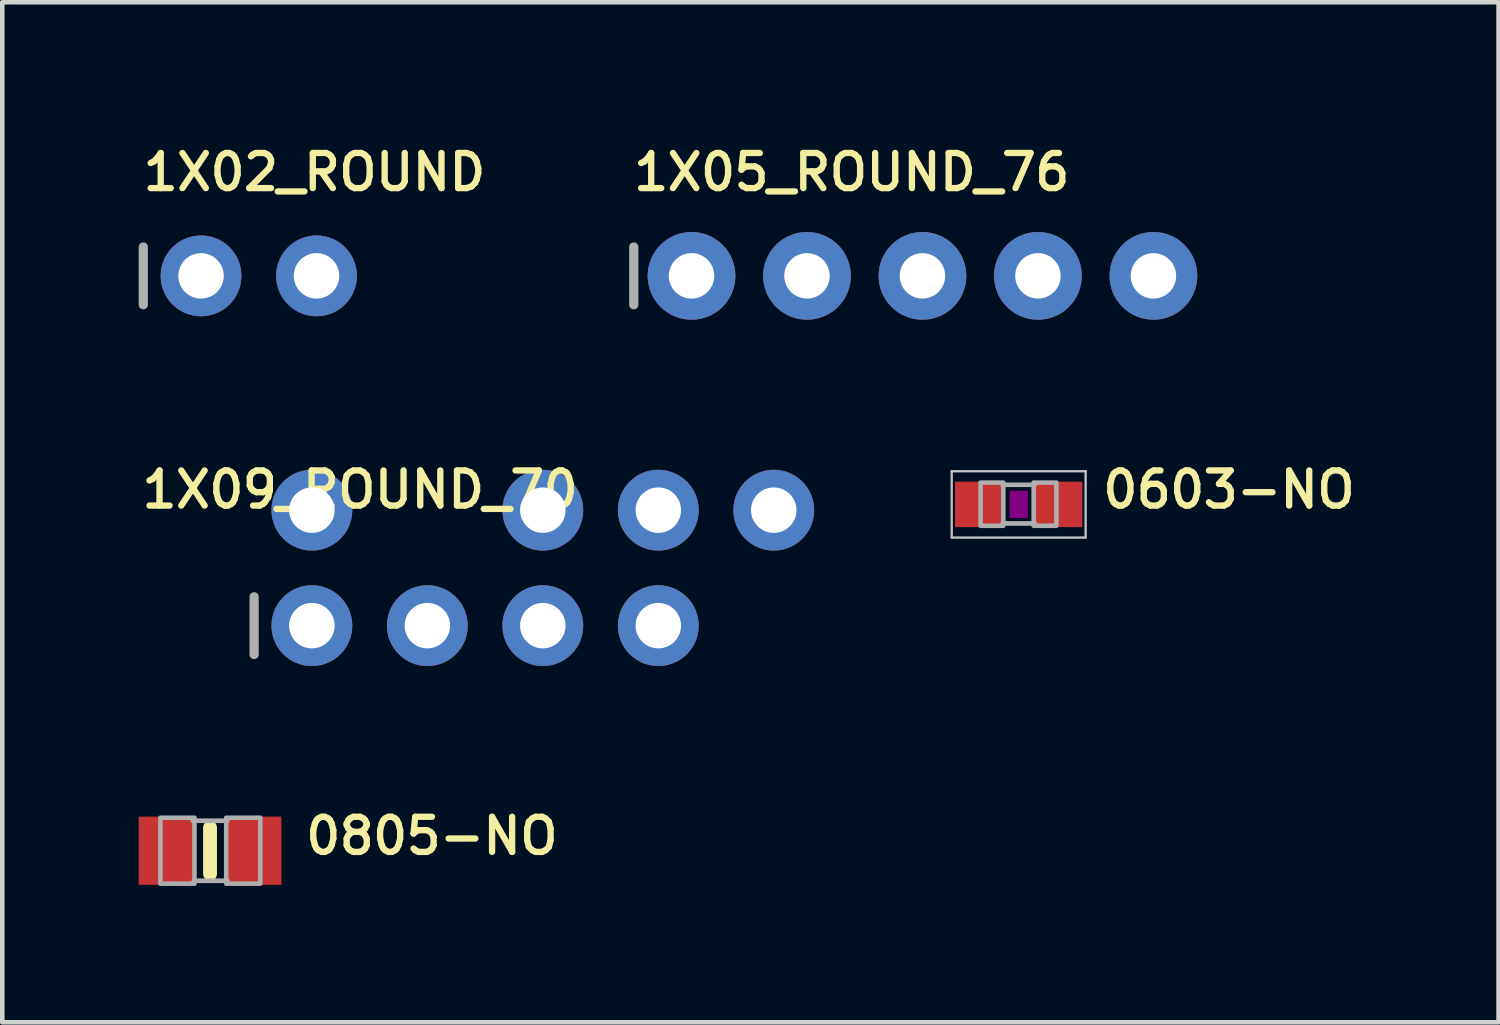
<source format=kicad_pcb>
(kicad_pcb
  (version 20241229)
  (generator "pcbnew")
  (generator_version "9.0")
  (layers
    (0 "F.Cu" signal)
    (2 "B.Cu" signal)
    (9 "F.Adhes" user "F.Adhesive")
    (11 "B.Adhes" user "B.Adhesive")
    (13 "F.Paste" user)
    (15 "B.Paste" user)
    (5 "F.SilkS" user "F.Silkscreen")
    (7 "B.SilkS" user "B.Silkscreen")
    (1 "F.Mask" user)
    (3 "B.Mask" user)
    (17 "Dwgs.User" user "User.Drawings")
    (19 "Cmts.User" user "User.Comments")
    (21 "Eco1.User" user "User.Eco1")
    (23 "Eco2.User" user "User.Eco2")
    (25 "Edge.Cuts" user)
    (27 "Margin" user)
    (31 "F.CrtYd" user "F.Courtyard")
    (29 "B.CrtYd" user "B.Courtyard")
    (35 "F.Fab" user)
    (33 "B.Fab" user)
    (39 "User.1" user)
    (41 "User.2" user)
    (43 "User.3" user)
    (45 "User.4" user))
  (footprint "0805-NO"
    (layer "F.Cu")
    (at 1.57 15.663)
    (property "Reference" "0805-NO" (at 2.032 0.127 0) (layer "F.SilkS") (effects (font (size 0.772 0.772) (thickness 0.139)) (justify left bottom)))
    (attr through_hole)
    (fp_line (start 0 -0.508) (end 0 0.508) (stroke (width 0.305) (type solid)) (layer "F.SilkS"))
    (fp_line (start -0.381 -0.66) (end 0.381 -0.66) (stroke (width 0.102) (type solid)) (layer "F.Fab"))
    (fp_line (start -0.356 0.66) (end 0.381 0.66) (stroke (width 0.102) (type solid)) (layer "F.Fab"))
    (fp_poly (pts (xy -1.092 0.724) (xy -0.342 0.724) (xy -0.342 -0.726) (xy -1.092 -0.726)) (stroke (width 0.1) (type solid)) (fill no) (layer "F.Fab"))
    (fp_poly (pts (xy 0.356 0.724) (xy 1.106 0.724) (xy 1.106 -0.726) (xy 0.356 -0.726)) (stroke (width 0.1) (type solid)) (fill no) (layer "F.Fab"))
    (pad "1" smd rect (at -0.95 0) (size 1.24 1.5) (layers "F.Cu" "F.Mask" "F.Paste"))
    (pad "2" smd rect (at 0.95 0) (size 1.24 1.5) (layers "F.Cu" "F.Mask" "F.Paste")))
  (footprint "1X09_ROUND_70"
    (layer "F.Cu")
    (at 3.81 8.172)
    (property "Reference" "1X09_ROUND_70" (at -3.81 0 180) (layer "F.SilkS") (effects (font (size 0.772 0.772) (thickness 0.139)) (justify left bottom)))
    (attr through_hole)
    (fp_line (start -1.27 1.905) (end -1.27 3.175) (stroke (width 0.203) (type solid)) (layer "F.Fab"))
    (fp_poly (pts (xy -0.254 0.254) (xy 0.254 0.254) (xy 0.254 -0.254) (xy -0.254 -0.254)) (stroke (width 0.1) (type solid)) (fill no) (layer "F.Fab"))
    (fp_poly (pts (xy -0.254 2.794) (xy 0.254 2.794) (xy 0.254 2.286) (xy -0.254 2.286)) (stroke (width 0.1) (type solid)) (fill no) (layer "F.Fab"))
    (fp_poly (pts (xy 2.286 2.794) (xy 2.794 2.794) (xy 2.794 2.286) (xy 2.286 2.286)) (stroke (width 0.1) (type solid)) (fill no) (layer "F.Fab"))
    (fp_poly (pts (xy 4.826 0.254) (xy 5.334 0.254) (xy 5.334 -0.254) (xy 4.826 -0.254)) (stroke (width 0.1) (type solid)) (fill no) (layer "F.Fab"))
    (fp_poly (pts (xy 4.826 2.794) (xy 5.334 2.794) (xy 5.334 2.286) (xy 4.826 2.286)) (stroke (width 0.1) (type solid)) (fill no) (layer "F.Fab"))
    (fp_poly (pts (xy 7.366 0.254) (xy 7.874 0.254) (xy 7.874 -0.254) (xy 7.366 -0.254)) (stroke (width 0.1) (type solid)) (fill no) (layer "F.Fab"))
    (fp_poly (pts (xy 7.366 2.794) (xy 7.874 2.794) (xy 7.874 2.286) (xy 7.366 2.286)) (stroke (width 0.1) (type solid)) (fill no) (layer "F.Fab"))
    (fp_poly (pts (xy 9.906 0.254) (xy 10.414 0.254) (xy 10.414 -0.254) (xy 9.906 -0.254)) (stroke (width 0.1) (type solid)) (fill no) (layer "F.Fab"))
    (pad "1" thru_hole circle (at 0 2.54 90) (size 1.778 1.778) (drill 1) (layers "*.Cu" "*.Mask"))
    (pad "2" thru_hole circle (at 2.54 2.54 90) (size 1.778 1.778) (drill 1) (layers "*.Cu" "*.Mask"))
    (pad "3" thru_hole circle (at 5.08 2.54 90) (size 1.778 1.778) (drill 1) (layers "*.Cu" "*.Mask"))
    (pad "4" thru_hole circle (at 7.62 2.54 90) (size 1.778 1.778) (drill 1) (layers "*.Cu" "*.Mask"))
    (pad "5" thru_hole circle (at 0 0 90) (size 1.778 1.778) (drill 1) (layers "*.Cu" "*.Mask"))
    (pad "7" thru_hole circle (at 5.08 0 90) (size 1.778 1.778) (drill 1) (layers "*.Cu" "*.Mask"))
    (pad "8" thru_hole circle (at 7.62 0 90) (size 1.778 1.778) (drill 1) (layers "*.Cu" "*.Mask"))
    (pad "9" thru_hole circle (at 10.16 0 90) (size 1.778 1.778) (drill 1) (layers "*.Cu" "*.Mask")))
  (footprint "1X05_ROUND_76"
    (layer "F.Cu")
    (at 17.241 3.018)
    (property "Reference" "1X05_ROUND_76" (at -6.426 -1.829 0) (layer "F.SilkS") (effects (font (size 0.772 0.772) (thickness 0.139)) (justify left bottom)))
    (attr through_hole)
    (fp_line (start -6.35 -0.635) (end -6.35 0.635) (stroke (width 0.203) (type solid)) (layer "F.Fab"))
    (fp_poly (pts (xy -5.334 0.254) (xy -4.826 0.254) (xy -4.826 -0.254) (xy -5.334 -0.254)) (stroke (width 0.1) (type solid)) (fill no) (layer "F.Fab"))
    (fp_poly (pts (xy -2.794 0.254) (xy -2.286 0.254) (xy -2.286 -0.254) (xy -2.794 -0.254)) (stroke (width 0.1) (type solid)) (fill no) (layer "F.Fab"))
    (fp_poly (pts (xy -0.254 0.254) (xy 0.254 0.254) (xy 0.254 -0.254) (xy -0.254 -0.254)) (stroke (width 0.1) (type solid)) (fill no) (layer "F.Fab"))
    (fp_poly (pts (xy 2.286 0.254) (xy 2.794 0.254) (xy 2.794 -0.254) (xy 2.286 -0.254)) (stroke (width 0.1) (type solid)) (fill no) (layer "F.Fab"))
    (fp_poly (pts (xy 4.826 0.254) (xy 5.334 0.254) (xy 5.334 -0.254) (xy 4.826 -0.254)) (stroke (width 0.1) (type solid)) (fill no) (layer "F.Fab"))
    (pad "1" thru_hole circle (at -5.08 0 90) (size 1.93 1.93) (drill 1) (layers "*.Cu" "*.Mask"))
    (pad "2" thru_hole circle (at -2.54 0 90) (size 1.93 1.93) (drill 1) (layers "*.Cu" "*.Mask"))
    (pad "3" thru_hole circle (at 0 0 90) (size 1.93 1.93) (drill 1) (layers "*.Cu" "*.Mask"))
    (pad "4" thru_hole circle (at 2.54 0 90) (size 1.93 1.93) (drill 1) (layers "*.Cu" "*.Mask"))
    (pad "5" thru_hole circle (at 5.08 0 90) (size 1.93 1.93) (drill 1) (layers "*.Cu" "*.Mask")))
  (footprint "1X02_ROUND"
    (layer "F.Cu")
    (at 2.642 3.018)
    (property "Reference" "1X02_ROUND" (at -2.616 -1.829 0) (layer "F.SilkS") (effects (font (size 0.772 0.772) (thickness 0.139)) (justify left bottom)))
    (attr through_hole)
    (fp_line (start -2.54 -0.635) (end -2.54 0.635) (stroke (width 0.203) (type solid)) (layer "F.Fab"))
    (fp_poly (pts (xy -1.524 0.254) (xy -1.016 0.254) (xy -1.016 -0.254) (xy -1.524 -0.254)) (stroke (width 0.1) (type solid)) (fill no) (layer "F.Fab"))
    (fp_poly (pts (xy 1.016 0.254) (xy 1.524 0.254) (xy 1.524 -0.254) (xy 1.016 -0.254)) (stroke (width 0.1) (type solid)) (fill no) (layer "F.Fab"))
    (pad "1" thru_hole circle (at -1.27 0 90) (size 1.778 1.778) (drill 1) (layers "*.Cu" "*.Mask"))
    (pad "2" thru_hole circle (at 1.27 0 90) (size 1.778 1.778) (drill 1) (layers "*.Cu" "*.Mask")))
  (footprint "0603-NO"
    (layer "F.Cu")
    (at 19.357 8.045)
    (property "Reference" "0603-NO" (at 1.778 0.127 180) (layer "F.SilkS") (effects (font (size 0.772 0.772) (thickness 0.139)) (justify left bottom)))
    (attr through_hole)
    (fp_poly (pts (xy -0.2 0.3) (xy 0.2 0.3) (xy 0.2 -0.3) (xy -0.2 -0.3)) (stroke (width 0) (type solid)) (fill yes) (layer "F.Adhes"))
    (fp_line (start -1.473 -0.729) (end 1.473 -0.729) (stroke (width 0.051) (type solid)) (layer "Dwgs.User"))
    (fp_line (start -1.473 0.729) (end -1.473 -0.729) (stroke (width 0.051) (type solid)) (layer "Dwgs.User"))
    (fp_line (start 1.473 -0.729) (end 1.473 0.729) (stroke (width 0.051) (type solid)) (layer "Dwgs.User"))
    (fp_line (start 1.473 0.729) (end -1.473 0.729) (stroke (width 0.051) (type solid)) (layer "Dwgs.User"))
    (fp_line (start -0.356 -0.432) (end 0.356 -0.432) (stroke (width 0.102) (type solid)) (layer "F.Fab"))
    (fp_line (start -0.356 0.419) (end 0.356 0.419) (stroke (width 0.102) (type solid)) (layer "F.Fab"))
    (fp_poly (pts (xy -0.838 0.47) (xy -0.338 0.47) (xy -0.338 -0.48) (xy -0.838 -0.48)) (stroke (width 0.1) (type solid)) (fill no) (layer "F.Fab"))
    (fp_poly (pts (xy 0.33 0.47) (xy 0.83 0.47) (xy 0.83 -0.48) (xy 0.33 -0.48)) (stroke (width 0.1) (type solid)) (fill no) (layer "F.Fab"))
    (pad "1" smd rect (at -0.85 0) (size 1.1 1) (layers "F.Cu" "F.Mask" "F.Paste"))
    (pad "2" smd rect (at 0.85 0) (size 1.1 1) (layers "F.Cu" "F.Mask" "F.Paste")))
  (gr_rect
    (start -3 -3)
    (end 29.913 19.437)
    (stroke (width 0.1) (type default))
    (fill no)
    (layer "Edge.Cuts")))
</source>
